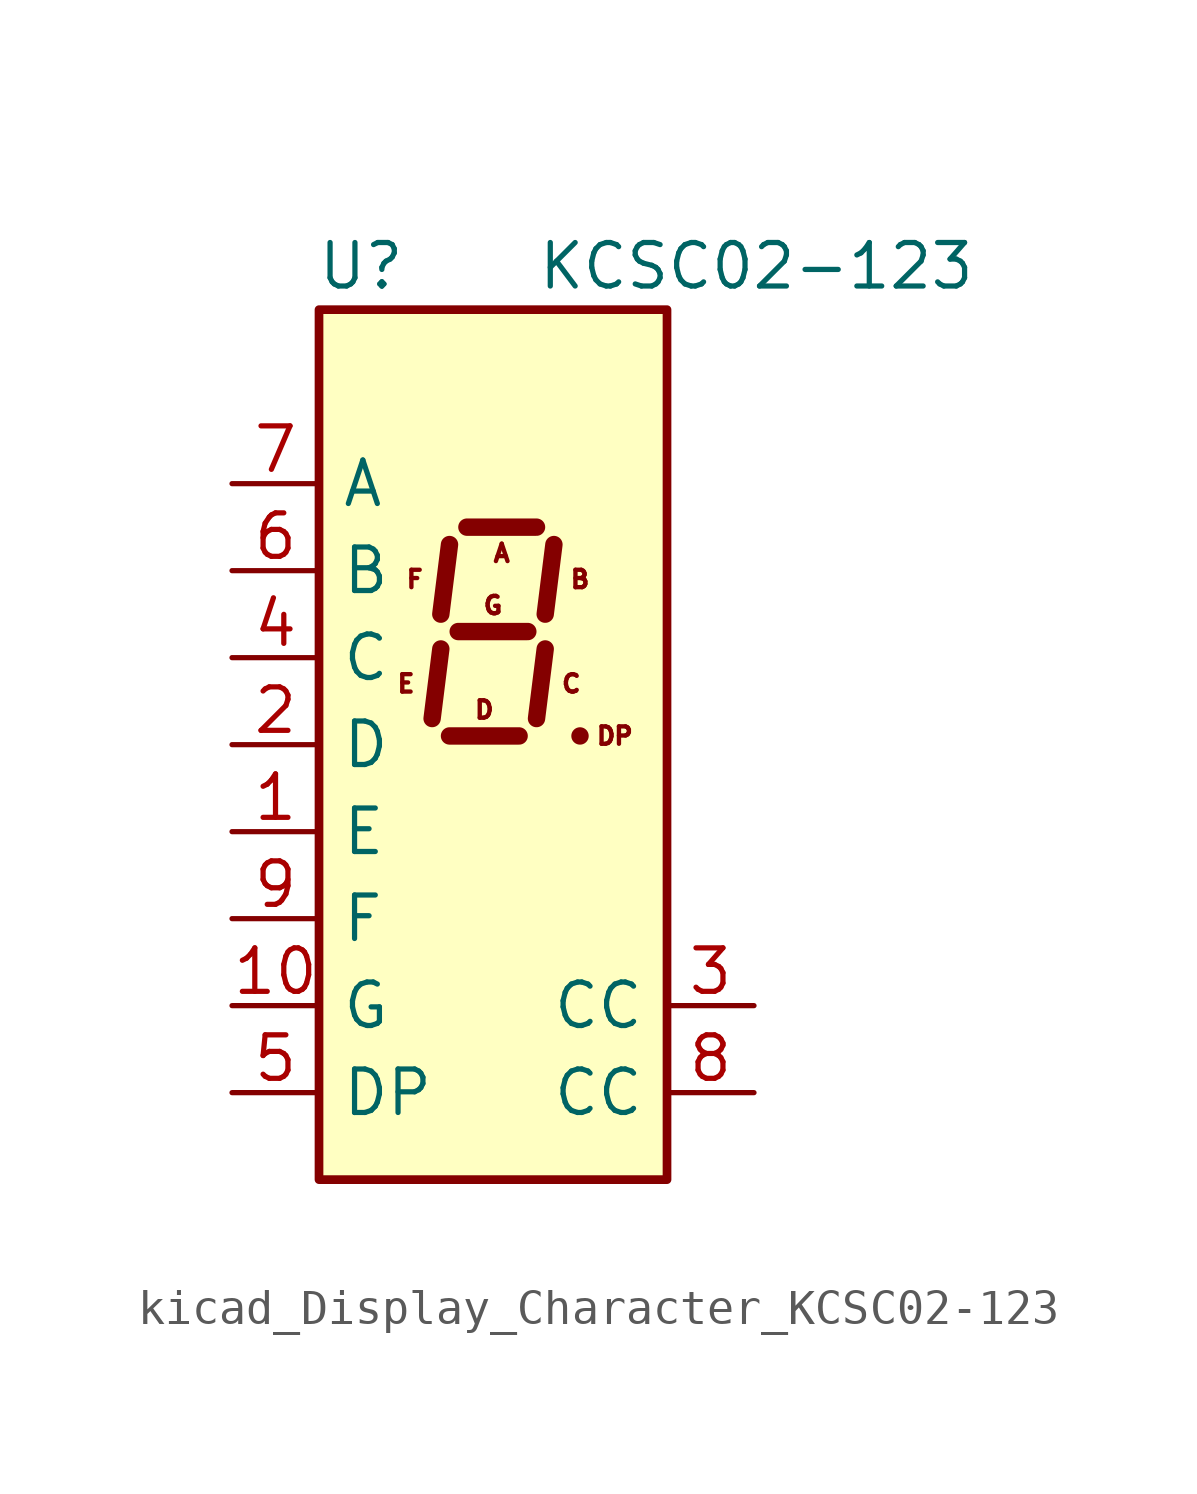
<source format=kicad_sym>
(kicad_symbol_lib
  (version 20220914)
  (generator kicad_symbol_editor)
  (symbol "kicad_Display_Character_KCSC02-123"
    (pin_names
      (offset 0.635))
    (property "Reference" "U"
      (at -2.54 13.97 0)
      (effects (font (size 1.27 1.27)) (justify right)))
    (property "Value" "KCSC02-123"
      (at 1.27 13.97 0)
      (effects (font (size 1.27 1.27)) (justify left)))
    (symbol "kicad_Display_Character_KCSC02-123_0_0"
      (text "A" (at 0.254 5.588 0) (effects (font (size 0.508 0.508))))
      (text "B" (at 2.54 4.826 0) (effects (font (size 0.508 0.508))))
      (text "C" (at 2.286 1.778 0) (effects (font (size 0.508 0.508))))
      (text "D" (at -0.254 1.016 0) (effects (font (size 0.508 0.508))))
      (text "DP" (at 3.556 0.254 0) (effects (font (size 0.508 0.508))))
      (text "E" (at -2.54 1.778 0) (effects (font (size 0.508 0.508))))
      (text "F" (at -2.286 4.826 0) (effects (font (size 0.508 0.508))))
      (text "G" (at 0 4.064 0) (effects (font (size 0.508 0.508)))))
    (symbol "kicad_Display_Character_KCSC02-123_0_1"
      (rectangle (start -5.08 12.7) (end 5.08 -12.7) (stroke (width 0.254) (type default)) (fill (type background)))
      (polyline (pts (xy -1.524 2.794) (xy -1.778 0.762)) (stroke (width 0.508) (type default)) (fill (type none)))
      (polyline (pts (xy -1.27 0.254) (xy 0.762 0.254)) (stroke (width 0.508) (type default)) (fill (type none)))
      (polyline (pts (xy -1.27 5.842) (xy -1.524 3.81)) (stroke (width 0.508) (type default)) (fill (type none)))
      (polyline (pts (xy -1.016 3.302) (xy 1.016 3.302)) (stroke (width 0.508) (type default)) (fill (type none)))
      (polyline (pts (xy -0.762 6.35) (xy 1.27 6.35)) (stroke (width 0.508) (type default)) (fill (type none)))
      (polyline (pts (xy 1.524 2.794) (xy 1.27 0.762)) (stroke (width 0.508) (type default)) (fill (type none)))
      (polyline (pts (xy 1.778 5.842) (xy 1.524 3.81)) (stroke (width 0.508) (type default)) (fill (type none)))
      (polyline (pts (xy 2.54 0.254) (xy 2.54 0.254)) (stroke (width 0.508) (type default)) (fill (type none))))
    (symbol "kicad_Display_Character_KCSC02-123_1_1"
      (pin input line (at -7.62 -2.54 0) (length 2.54) (name "E" (effects (font (size 1.27 1.27)))) (number "1" (effects (font (size 1.27 1.27)))))
      (pin input line (at -7.62 -7.62 0) (length 2.54) (name "G" (effects (font (size 1.27 1.27)))) (number "10" (effects (font (size 1.27 1.27)))))
      (pin input line (at -7.62 0 0) (length 2.54) (name "D" (effects (font (size 1.27 1.27)))) (number "2" (effects (font (size 1.27 1.27)))))
      (pin input line (at 7.62 -7.62 180) (length 2.54) (name "CC" (effects (font (size 1.27 1.27)))) (number "3" (effects (font (size 1.27 1.27)))))
      (pin input line (at -7.62 2.54 0) (length 2.54) (name "C" (effects (font (size 1.27 1.27)))) (number "4" (effects (font (size 1.27 1.27)))))
      (pin input line (at -7.62 -10.16 0) (length 2.54) (name "DP" (effects (font (size 1.27 1.27)))) (number "5" (effects (font (size 1.27 1.27)))))
      (pin input line (at -7.62 5.08 0) (length 2.54) (name "B" (effects (font (size 1.27 1.27)))) (number "6" (effects (font (size 1.27 1.27)))))
      (pin input line (at -7.62 7.62 0) (length 2.54) (name "A" (effects (font (size 1.27 1.27)))) (number "7" (effects (font (size 1.27 1.27)))))
      (pin input line (at 7.62 -10.16 180) (length 2.54) (name "CC" (effects (font (size 1.27 1.27)))) (number "8" (effects (font (size 1.27 1.27)))))
      (pin input line (at -7.62 -5.08 0) (length 2.54) (name "F" (effects (font (size 1.27 1.27)))) (number "9" (effects (font (size 1.27 1.27))))))))
</source>
